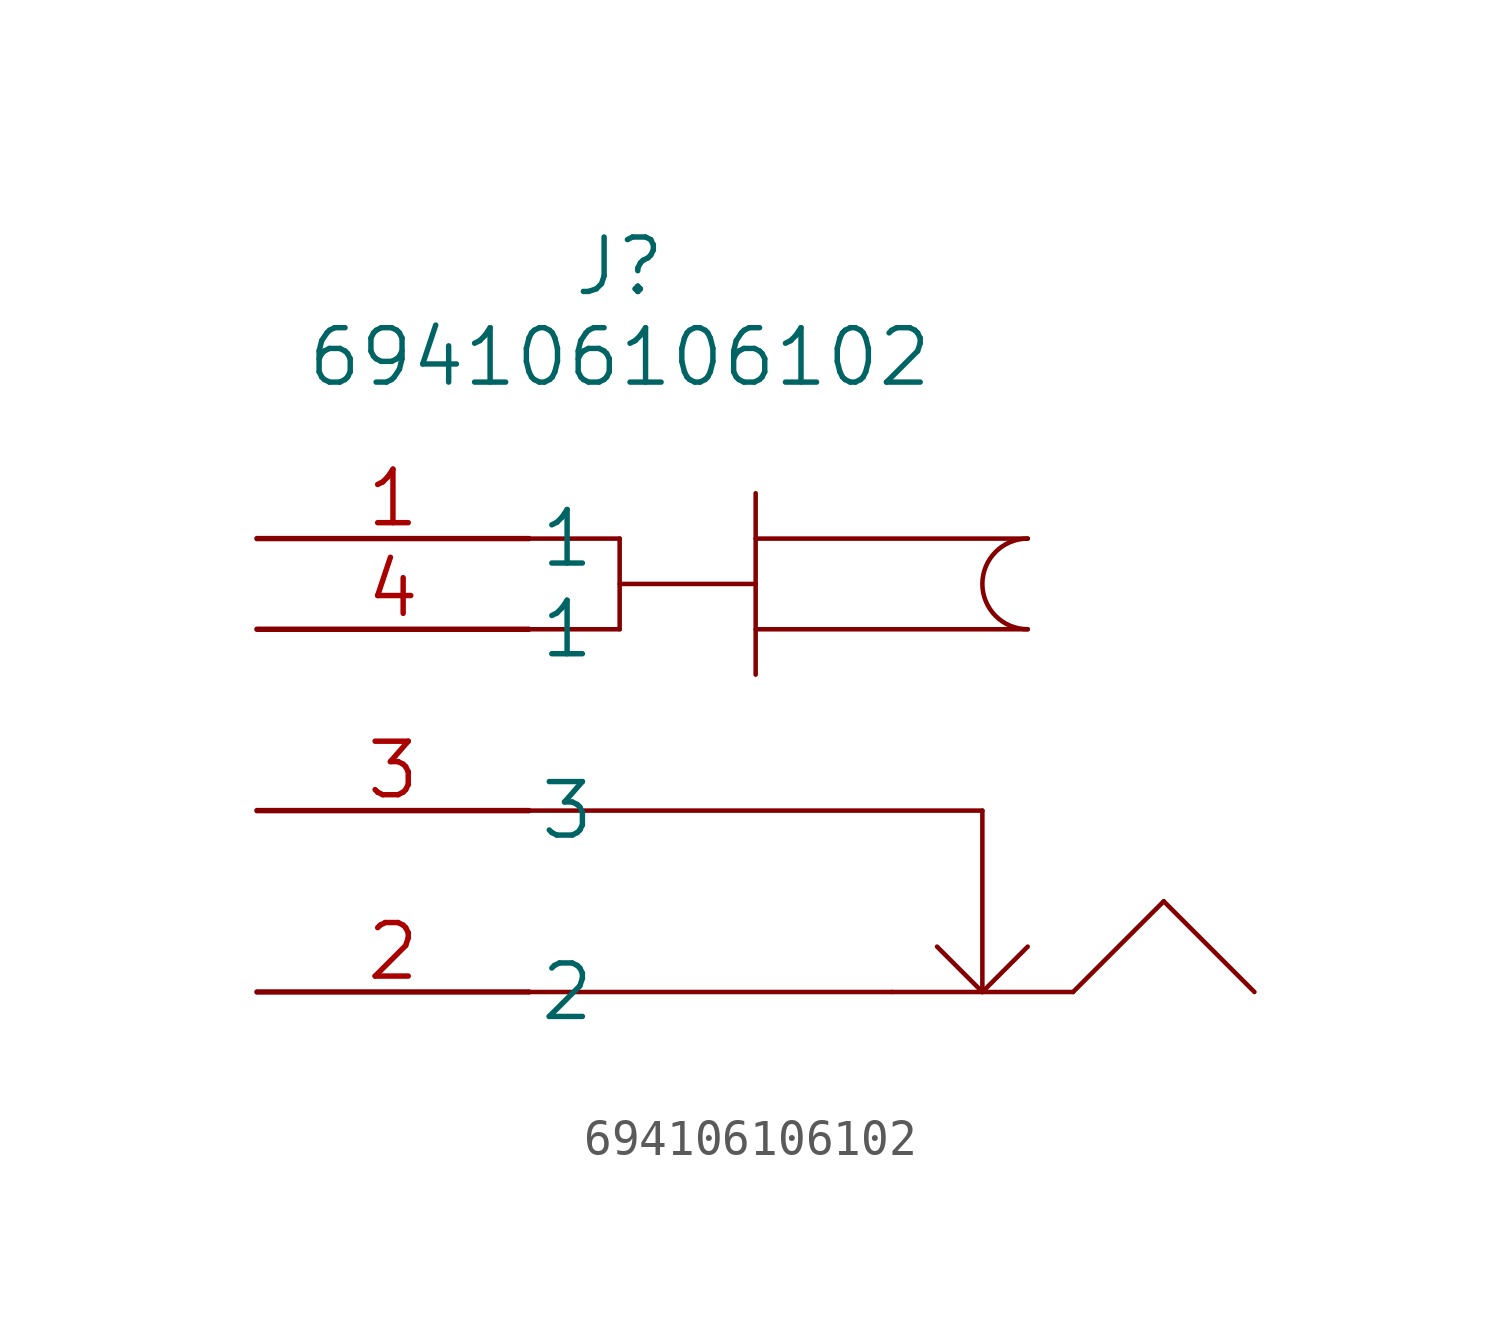
<source format=kicad_sym>
(kicad_symbol_lib
  (version 20220914)
  (generator kicad_symbol_editor)
  (symbol "694106106102"
    (pin_names
      (offset 0.254))
    (property "Reference" "J"
      (at 10.16 7.62 0)
      (effects (font (size 1.524 1.524))))
    (property "Value" "694106106102"
      (at 10.16 5.08 0)
      (effects (font (size 1.524 1.524))))
    (property "Datasheet" ""
      (at 0 0 0)
      (effects (font (size 1.524 1.524))))
    (property "ki_locked" ""
      (at 0 0 0)
      (effects (font (size 1.27 1.27))))
    (symbol "694106106102_1_1"
      (polyline (pts (xy 7.62 -12.7) (xy 17.78 -12.7)) (stroke (width 0.127) (type solid)) (fill (type none)))
      (polyline (pts (xy 7.62 -7.62) (xy 20.32 -7.62)) (stroke (width 0.127) (type solid)) (fill (type none)))
      (polyline (pts (xy 7.62 -2.54) (xy 10.16 -2.54)) (stroke (width 0.127) (type solid)) (fill (type none)))
      (polyline (pts (xy 10.16 -2.54) (xy 10.16 0)) (stroke (width 0.127) (type solid)) (fill (type none)))
      (polyline (pts (xy 10.16 -1.27) (xy 13.97 -1.27)) (stroke (width 0.127) (type solid)) (fill (type none)))
      (polyline (pts (xy 10.16 0) (xy 7.62 0)) (stroke (width 0.127) (type solid)) (fill (type none)))
      (polyline (pts (xy 13.97 -3.81) (xy 13.97 1.27)) (stroke (width 0.127) (type solid)) (fill (type none)))
      (polyline (pts (xy 13.97 -2.54) (xy 21.59 -2.54)) (stroke (width 0.127) (type solid)) (fill (type none)))
      (polyline (pts (xy 13.97 0) (xy 21.59 0)) (stroke (width 0.127) (type solid)) (fill (type none)))
      (polyline (pts (xy 17.78 -12.7) (xy 22.86 -12.7)) (stroke (width 0.127) (type solid)) (fill (type none)))
      (polyline (pts (xy 20.32 -12.7) (xy 19.05 -11.43)) (stroke (width 0.127) (type solid)) (fill (type none)))
      (polyline (pts (xy 20.32 -12.7) (xy 21.59 -11.43)) (stroke (width 0.127) (type solid)) (fill (type none)))
      (polyline (pts (xy 20.32 -7.62) (xy 20.32 -12.7)) (stroke (width 0.127) (type solid)) (fill (type none)))
      (polyline (pts (xy 22.86 -12.7) (xy 25.4 -10.16)) (stroke (width 0.127) (type solid)) (fill (type none)))
      (polyline (pts (xy 25.4 -10.16) (xy 27.94 -12.7)) (stroke (width 0.127) (type solid)) (fill (type none)))
      (arc (start 21.59 0) (mid 20.3255 -1.27) (end 21.59 -2.54) (stroke (width 0.127) (type solid)) (fill (type none)))
      (pin unspecified line (at 0 0 0) (length 7.62) (name "1" (effects (font (size 1.499 1.499)))) (number "1" (effects (font (size 1.499 1.499)))))
      (pin unspecified line (at 0 -12.7 0) (length 7.62) (name "2" (effects (font (size 1.499 1.499)))) (number "2" (effects (font (size 1.499 1.499)))))
      (pin unspecified line (at 0 -7.62 0) (length 7.62) (name "3" (effects (font (size 1.499 1.499)))) (number "3" (effects (font (size 1.499 1.499)))))
      (pin unspecified line (at 0 -2.54 0) (length 7.62) (name "1" (effects (font (size 1.499 1.499)))) (number "4" (effects (font (size 1.499 1.499))))))))
</source>
